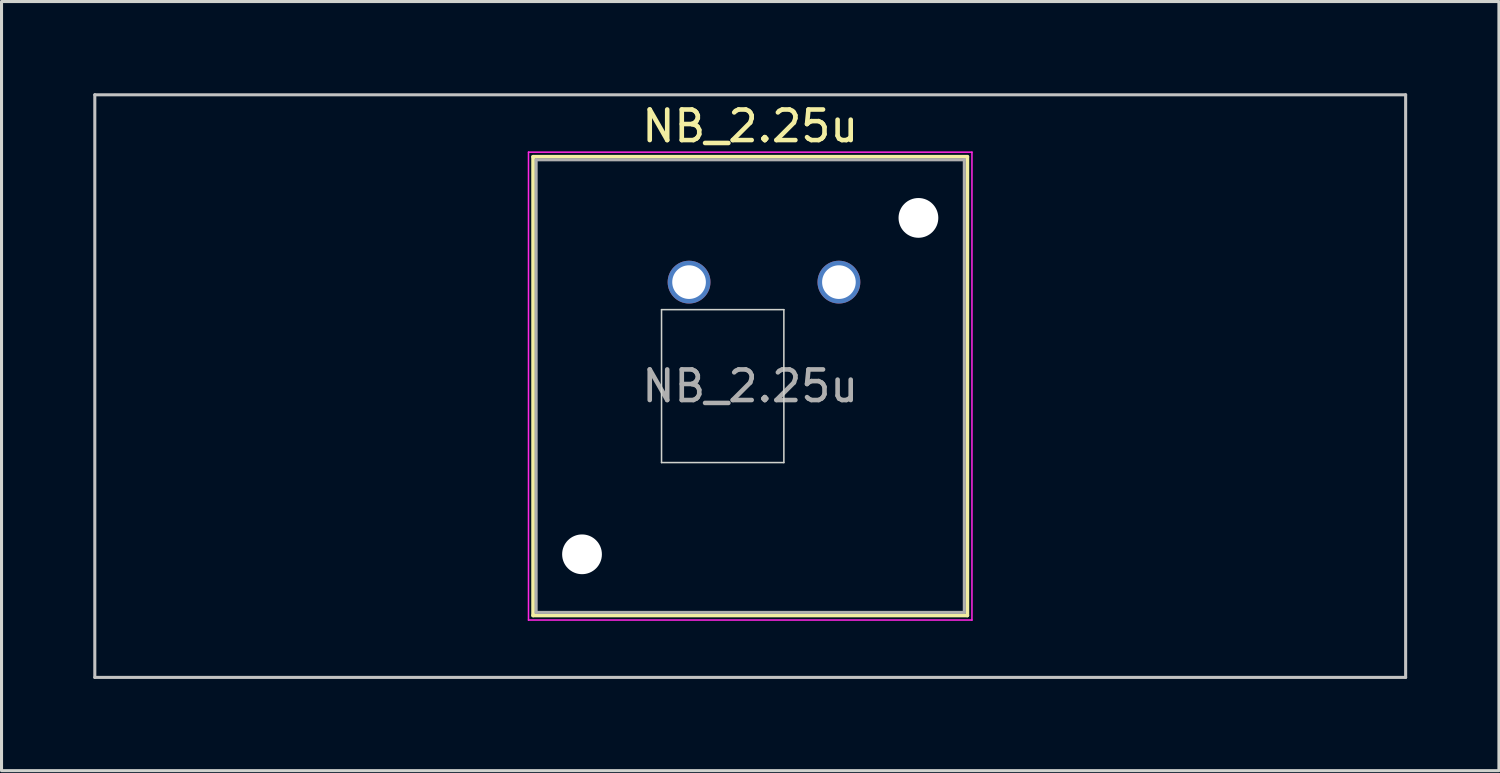
<source format=kicad_pcb>
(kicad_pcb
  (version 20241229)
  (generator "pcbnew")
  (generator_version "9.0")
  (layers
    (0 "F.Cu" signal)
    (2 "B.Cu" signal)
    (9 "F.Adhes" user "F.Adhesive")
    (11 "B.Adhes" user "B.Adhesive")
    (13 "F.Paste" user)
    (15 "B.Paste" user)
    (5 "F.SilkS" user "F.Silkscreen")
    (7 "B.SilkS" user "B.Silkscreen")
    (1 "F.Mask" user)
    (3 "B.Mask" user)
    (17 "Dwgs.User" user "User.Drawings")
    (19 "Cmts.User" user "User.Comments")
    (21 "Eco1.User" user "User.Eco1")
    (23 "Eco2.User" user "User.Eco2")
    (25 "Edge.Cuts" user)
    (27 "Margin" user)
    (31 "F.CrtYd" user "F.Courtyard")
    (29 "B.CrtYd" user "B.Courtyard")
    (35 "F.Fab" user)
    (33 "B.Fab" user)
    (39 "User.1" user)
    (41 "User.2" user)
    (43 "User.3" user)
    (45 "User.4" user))
  (footprint "NB_2.25u"
    (layer "F.Cu")
    (at 21.481 9.575)
    (property "Reference" "NB_2.25u" (at 0 -8.5 0) (layer "F.SilkS") (effects (font (size 1 1) (thickness 0.15))))
    (attr through_hole)
    (fp_line (start -7.1 -7.5) (end -7.1 7.5) (stroke (width 0.12) (type solid)) (layer "F.SilkS"))
    (fp_line (start -7.1 7.5) (end 7.1 7.5) (stroke (width 0.12) (type solid)) (layer "F.SilkS"))
    (fp_line (start 7.1 -7.5) (end -7.1 -7.5) (stroke (width 0.12) (type solid)) (layer "F.SilkS"))
    (fp_line (start 7.1 7.5) (end 7.1 -7.5) (stroke (width 0.12) (type solid)) (layer "F.SilkS"))
    (fp_line (start -21.431 -9.525) (end -21.431 9.525) (stroke (width 0.1) (type solid)) (layer "Dwgs.User"))
    (fp_line (start -21.431 9.525) (end 21.431 9.525) (stroke (width 0.1) (type solid)) (layer "Dwgs.User"))
    (fp_line (start 21.431 -9.525) (end -21.431 -9.525) (stroke (width 0.1) (type solid)) (layer "Dwgs.User"))
    (fp_line (start 21.431 9.525) (end 21.431 -9.525) (stroke (width 0.1) (type solid)) (layer "Dwgs.User"))
    (fp_line (start -8 -8) (end -8 8) (stroke (width 0.1) (type solid)) (layer "Eco1.User"))
    (fp_line (start -8 8) (end 8 8) (stroke (width 0.1) (type solid)) (layer "Eco1.User"))
    (fp_line (start 8 -8) (end -8 -8) (stroke (width 0.1) (type solid)) (layer "Eco1.User"))
    (fp_line (start 8 8) (end 8 -8) (stroke (width 0.1) (type solid)) (layer "Eco1.User"))
    (fp_line (start -2.9 -2.5) (end 1.1 -2.5) (stroke (width 0.05) (type solid)) (layer "Edge.Cuts"))
    (fp_line (start -2.9 2.5) (end -2.9 -2.5) (stroke (width 0.05) (type solid)) (layer "Edge.Cuts"))
    (fp_line (start 1.1 -2.5) (end 1.1 2.5) (stroke (width 0.05) (type solid)) (layer "Edge.Cuts"))
    (fp_line (start 1.1 2.5) (end -2.9 2.5) (stroke (width 0.05) (type solid)) (layer "Edge.Cuts"))
    (fp_line (start -7.25 -7.65) (end -7.25 7.65) (stroke (width 0.05) (type solid)) (layer "F.CrtYd"))
    (fp_line (start -7.25 7.65) (end 7.25 7.65) (stroke (width 0.05) (type solid)) (layer "F.CrtYd"))
    (fp_line (start 7.25 -7.65) (end -7.25 -7.65) (stroke (width 0.05) (type solid)) (layer "F.CrtYd"))
    (fp_line (start 7.25 7.65) (end 7.25 -7.65) (stroke (width 0.05) (type solid)) (layer "F.CrtYd"))
    (fp_line (start -7 -7.4) (end -7 7.4) (stroke (width 0.1) (type solid)) (layer "F.Fab"))
    (fp_line (start -7 7.4) (end 7 7.4) (stroke (width 0.1) (type solid)) (layer "F.Fab"))
    (fp_line (start 7 -7.4) (end -7 -7.4) (stroke (width 0.1) (type solid)) (layer "F.Fab"))
    (fp_line (start 7 7.4) (end 7 -7.4) (stroke (width 0.1) (type solid)) (layer "F.Fab"))
    (fp_text user "${REFERENCE}" (at 0 0 0) (layer "F.Fab") (effects (font (size 1 1) (thickness 0.15))))
    (pad "" np_thru_hole circle (at -5.5 5.5) (size 1.3 1.3) (drill 1.3) (layers "*.Cu" "*.Mask"))
    (pad "" np_thru_hole circle (at 5.5 -5.5) (size 1.3 1.3) (drill 1.3) (layers "*.Cu" "*.Mask"))
    (pad "1" thru_hole circle (at -2 -3.4) (size 1.4 1.4) (drill 1.1) (layers "*.Cu" "*.Mask"))
    (pad "2" thru_hole circle (at 2.9 -3.4) (size 1.4 1.4) (drill 1.1) (layers "*.Cu" "*.Mask")))
  (gr_rect
    (start -3 -3)
    (end 45.962 22.15)
    (stroke (width 0.1) (type default))
    (fill no)
    (layer "Edge.Cuts")))
</source>
